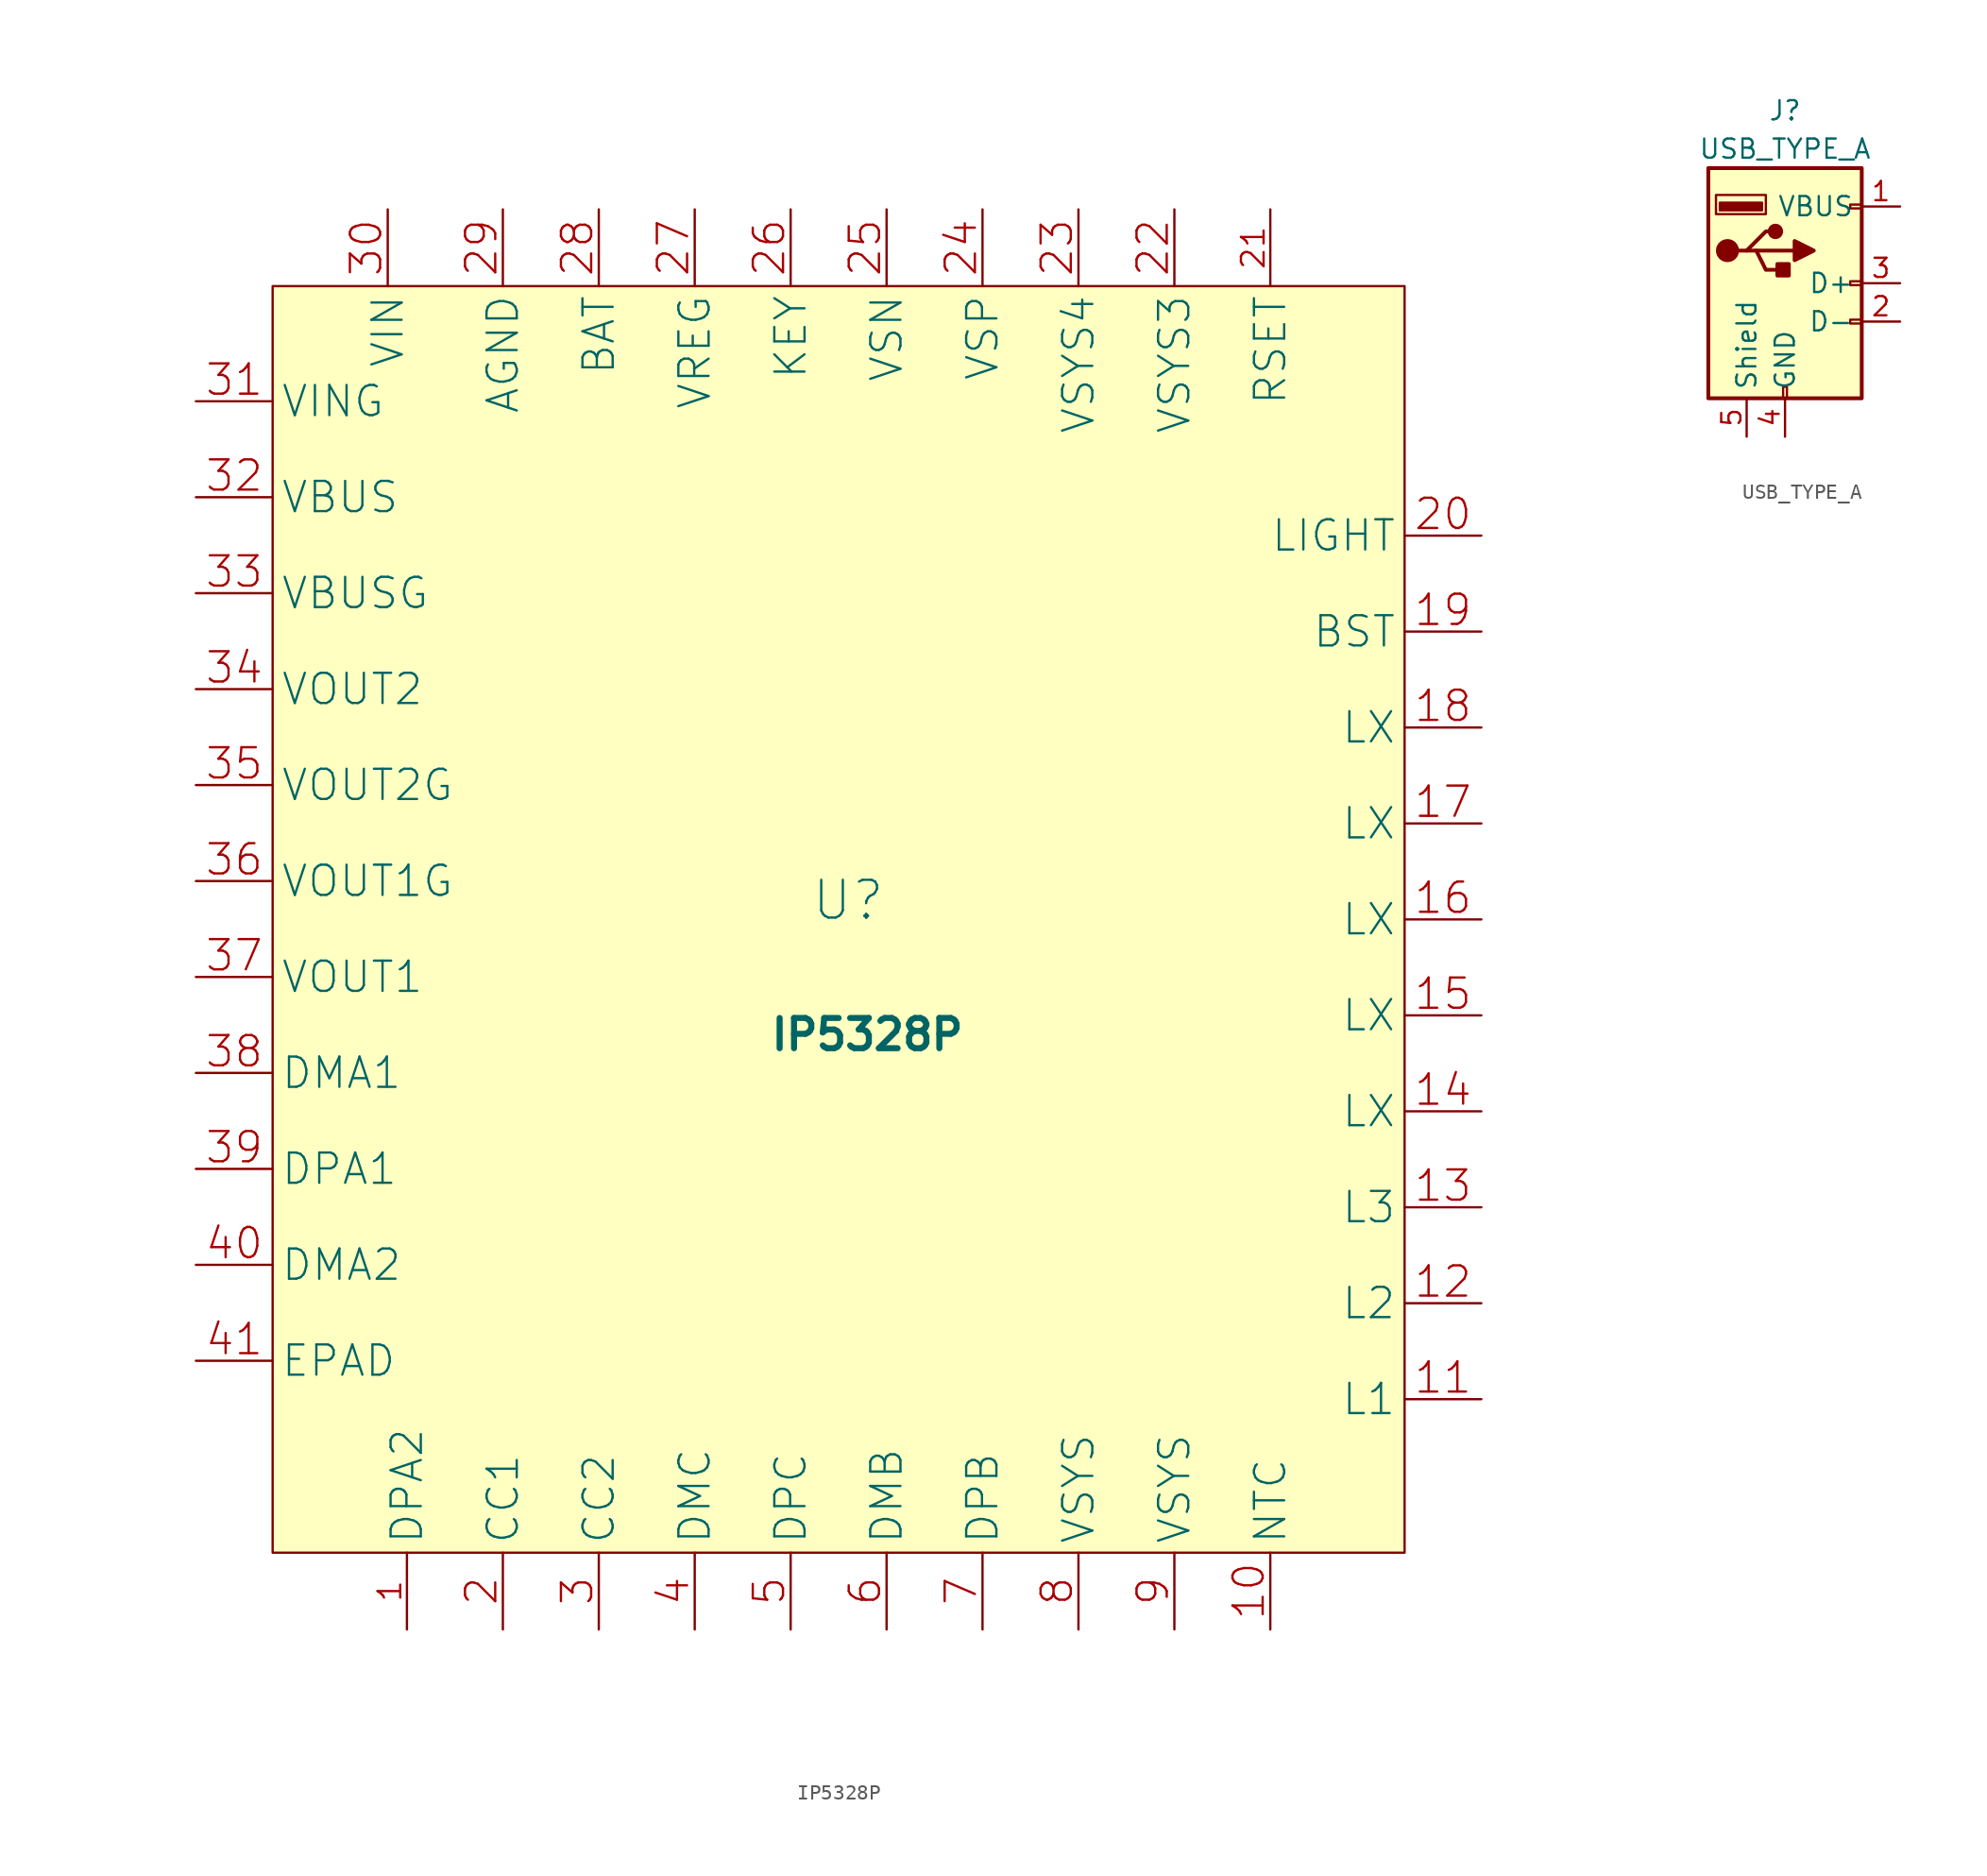
<source format=kicad_sym>
(kicad_symbol_lib
  (version 20211014)
  (generator kicad_symbol_editor)
  (symbol "IP5328P"
    (property "Reference" "U"
      (at 1.27 6.35 0)
      (effects (font (size 2.5 2.5))))
    (property "Value" "IP5328P"
      (at 2.54 -2.54 0)
      (effects (font (size 2 2) bold)))
    (property "Footprint" ""
      (at 5.08 33.02 0)
      (effects (font (size 1.27 1.27))))
    (symbol "IP5328P_0_1"
      (rectangle (start -36.83 46.99) (end 38.1 -36.83) (stroke (width 0) (type default) (color 0 0 0 0)) (fill (type background))))
    (symbol "IP5328P_1_1"
      (pin input line (at -27.94 -41.91 90) (length 5.08) (name "DPA2" (effects (font (size 2 2)))) (number "1" (effects (font (size 1.5 1.5)))))
      (pin input line (at 29.21 -41.91 90) (length 5.08) (name "NTC" (effects (font (size 2 2)))) (number "10" (effects (font (size 2 2)))))
      (pin input line (at 43.18 -26.67 180) (length 5.08) (name "L1" (effects (font (size 2 2)))) (number "11" (effects (font (size 2 2)))))
      (pin input line (at 43.18 -20.32 180) (length 5.08) (name "L2" (effects (font (size 2 2)))) (number "12" (effects (font (size 2 2)))))
      (pin input line (at 43.18 -13.97 180) (length 5.08) (name "L3" (effects (font (size 2 2)))) (number "13" (effects (font (size 2 2)))))
      (pin input line (at 43.18 -7.62 180) (length 5.08) (name "LX" (effects (font (size 2 2)))) (number "14" (effects (font (size 2 2)))))
      (pin input line (at 43.18 -1.27 180) (length 5.08) (name "LX" (effects (font (size 2 2)))) (number "15" (effects (font (size 2 2)))))
      (pin input line (at 43.18 5.08 180) (length 5.08) (name "LX" (effects (font (size 2 2)))) (number "16" (effects (font (size 2 2)))))
      (pin input line (at 43.18 11.43 180) (length 5.08) (name "LX" (effects (font (size 2 2)))) (number "17" (effects (font (size 2 2)))))
      (pin input line (at 43.18 17.78 180) (length 5.08) (name "LX" (effects (font (size 2 2)))) (number "18" (effects (font (size 2 2)))))
      (pin input line (at 43.18 24.13 180) (length 5.08) (name "BST" (effects (font (size 2 2)))) (number "19" (effects (font (size 2 2)))))
      (pin input line (at -21.59 -41.91 90) (length 5.08) (name "CC1" (effects (font (size 2 2)))) (number "2" (effects (font (size 2 2)))))
      (pin input line (at 43.18 30.48 180) (length 5.08) (name "LIGHT" (effects (font (size 2 2)))) (number "20" (effects (font (size 2 2)))))
      (pin input line (at 29.21 52.07 270) (length 5.08) (name "RSET" (effects (font (size 2 2)))) (number "21" (effects (font (size 1.5 1.5)))))
      (pin input line (at 22.86 52.07 270) (length 5.08) (name "VSYS3" (effects (font (size 2 2)))) (number "22" (effects (font (size 2 2)))))
      (pin input line (at 16.51 52.07 270) (length 5.08) (name "VSYS4" (effects (font (size 2 2)))) (number "23" (effects (font (size 2 2)))))
      (pin input line (at 10.16 52.07 270) (length 5.08) (name "VSP" (effects (font (size 2 2)))) (number "24" (effects (font (size 2 2)))))
      (pin input line (at 3.81 52.07 270) (length 5.08) (name "VSN" (effects (font (size 2 2)))) (number "25" (effects (font (size 2 2)))))
      (pin input line (at -2.54 52.07 270) (length 5.08) (name "KEY" (effects (font (size 2 2)))) (number "26" (effects (font (size 2 2)))))
      (pin input line (at -8.89 52.07 270) (length 5.08) (name "VREG" (effects (font (size 2 2)))) (number "27" (effects (font (size 2 2)))))
      (pin input line (at -15.24 52.07 270) (length 5.08) (name "BAT" (effects (font (size 2 2)))) (number "28" (effects (font (size 2 2)))))
      (pin input line (at -21.59 52.07 270) (length 5.08) (name "AGND" (effects (font (size 2 2)))) (number "29" (effects (font (size 2 2)))))
      (pin input line (at -15.24 -41.91 90) (length 5.08) (name "CC2" (effects (font (size 2 2)))) (number "3" (effects (font (size 2 2)))))
      (pin input line (at -29.21 52.07 270) (length 5.08) (name "VIN" (effects (font (size 2 2)))) (number "30" (effects (font (size 2 2)))))
      (pin input line (at -41.91 39.37 0) (length 5.08) (name "VING" (effects (font (size 2 2)))) (number "31" (effects (font (size 2 2)))))
      (pin input line (at -41.91 33.02 0) (length 5.08) (name "VBUS" (effects (font (size 2 2)))) (number "32" (effects (font (size 2 2)))))
      (pin input line (at -41.91 26.67 0) (length 5.08) (name "VBUSG" (effects (font (size 2 2)))) (number "33" (effects (font (size 2 2)))))
      (pin output line (at -41.91 20.32 0) (length 5.08) (name "VOUT2" (effects (font (size 2 2)))) (number "34" (effects (font (size 2 2)))))
      (pin output line (at -41.91 13.97 0) (length 5.08) (name "VOUT2G" (effects (font (size 2 2)))) (number "35" (effects (font (size 2 2)))))
      (pin output line (at -41.91 7.62 0) (length 5.08) (name "VOUT1G" (effects (font (size 2 2)))) (number "36" (effects (font (size 2 2)))))
      (pin output line (at -41.91 1.27 0) (length 5.08) (name "VOUT1" (effects (font (size 2 2)))) (number "37" (effects (font (size 2 2)))))
      (pin input line (at -41.91 -5.08 0) (length 5.08) (name "DMA1" (effects (font (size 2 2)))) (number "38" (effects (font (size 2 2)))))
      (pin input line (at -41.91 -11.43 0) (length 5.08) (name "DPA1" (effects (font (size 2 2)))) (number "39" (effects (font (size 2 2)))))
      (pin input line (at -8.89 -41.91 90) (length 5.08) (name "DMC" (effects (font (size 2 2)))) (number "4" (effects (font (size 2 2)))))
      (pin input line (at -41.91 -17.78 0) (length 5.08) (name "DMA2" (effects (font (size 2 2)))) (number "40" (effects (font (size 2 2)))))
      (pin input line (at -41.91 -24.13 0) (length 5.08) (name "EPAD" (effects (font (size 2 2)))) (number "41" (effects (font (size 2 2)))))
      (pin input line (at -2.54 -41.91 90) (length 5.08) (name "DPC" (effects (font (size 2 2)))) (number "5" (effects (font (size 2 2)))))
      (pin input line (at 3.81 -41.91 90) (length 5.08) (name "DMB" (effects (font (size 2 2)))) (number "6" (effects (font (size 2 2)))))
      (pin input line (at 10.16 -41.91 90) (length 5.08) (name "DPB" (effects (font (size 2 2)))) (number "7" (effects (font (size 2 2)))))
      (pin input line (at 16.51 -41.91 90) (length 5.08) (name "VSYS" (effects (font (size 2 2)))) (number "8" (effects (font (size 2 2)))))
      (pin input line (at 22.86 -41.91 90) (length 5.08) (name "VSYS" (effects (font (size 2 2)))) (number "9" (effects (font (size 2 2)))))))
  (symbol "USB_TYPE_A"
    (property "Reference" "J"
      (at -8.89 16.51 0)
      (effects (font (size 1.27 1.27))))
    (property "Value" "USB_TYPE_A"
      (at -8.89 13.97 0)
      (effects (font (size 1.27 1.27))))
    (symbol "USB_TYPE_A_0_1"
      (rectangle (start -13.97 -2.54) (end -3.81 12.7) (stroke (width 0.254) (type default) (color 0 0 0 0)) (fill (type background)))
      (circle (center -12.7 7.239) (radius 0.635) (stroke (width 0.254) (type default) (color 0 0 0 0)) (fill (type outline)))
      (rectangle (start -10.414 9.906) (end -13.208 10.414) (stroke (width 0) (type default) (color 0 0 0 0)) (fill (type outline)))
      (rectangle (start -10.16 9.652) (end -13.462 10.922) (stroke (width 0) (type default) (color 0 0 0 0)) (fill (type none)))
      (circle (center -9.525 8.509) (radius 0.381) (stroke (width 0.254) (type default) (color 0 0 0 0)) (fill (type outline)))
      (rectangle (start -9.017 -2.54) (end -8.763 -1.778) (stroke (width 0) (type default) (color 0 0 0 0)) (fill (type none)))
      (rectangle (start -8.636 6.35) (end -9.398 5.588) (stroke (width 0.254) (type default) (color 0 0 0 0)) (fill (type outline)))
      (rectangle (start -3.81 2.413) (end -4.572 2.667) (stroke (width 0) (type default) (color 0 0 0 0)) (fill (type none)))
      (rectangle (start -3.81 4.953) (end -4.572 5.207) (stroke (width 0) (type default) (color 0 0 0 0)) (fill (type none)))
      (rectangle (start -3.81 10.033) (end -4.572 10.287) (stroke (width 0) (type default) (color 0 0 0 0)) (fill (type none)))
      (polyline (pts (xy -12.065 7.239) (xy -11.43 7.239) (xy -10.16 8.509) (xy -9.525 8.509)) (stroke (width 0.254) (type default) (color 0 0 0 0)) (fill (type none)))
      (polyline (pts (xy -11.43 7.239) (xy -10.795 7.239) (xy -10.16 5.969) (xy -8.89 5.969)) (stroke (width 0.254) (type default) (color 0 0 0 0)) (fill (type none)))
      (polyline (pts (xy -8.255 7.874) (xy -8.255 6.604) (xy -6.985 7.239) (xy -8.255 7.874)) (stroke (width 0.254) (type default) (color 0 0 0 0)) (fill (type outline))))
    (symbol "USB_TYPE_A_1_1"
      (polyline (pts (xy -10.795 7.239) (xy -8.255 7.239)) (stroke (width 0.254) (type default) (color 0 0 0 0)) (fill (type none)))
      (pin bidirectional line (at -1.27 10.16 180) (length 2.54) (name "VBUS" (effects (font (size 1.27 1.27)))) (number "1" (effects (font (size 1.27 1.27)))))
      (pin bidirectional line (at -1.27 2.54 180) (length 2.54) (name "D-" (effects (font (size 1.27 1.27)))) (number "2" (effects (font (size 1.27 1.27)))))
      (pin bidirectional line (at -1.27 5.08 180) (length 2.54) (name "D+" (effects (font (size 1.27 1.27)))) (number "3" (effects (font (size 1.27 1.27)))))
      (pin power_in line (at -8.89 -5.08 90) (length 2.54) (name "GND" (effects (font (size 1.27 1.27)))) (number "4" (effects (font (size 1.27 1.27)))))
      (pin passive line (at -11.43 -5.08 90) (length 2.54) (name "Shield" (effects (font (size 1.27 1.27)))) (number "5" (effects (font (size 1.27 1.27))))))))
</source>
